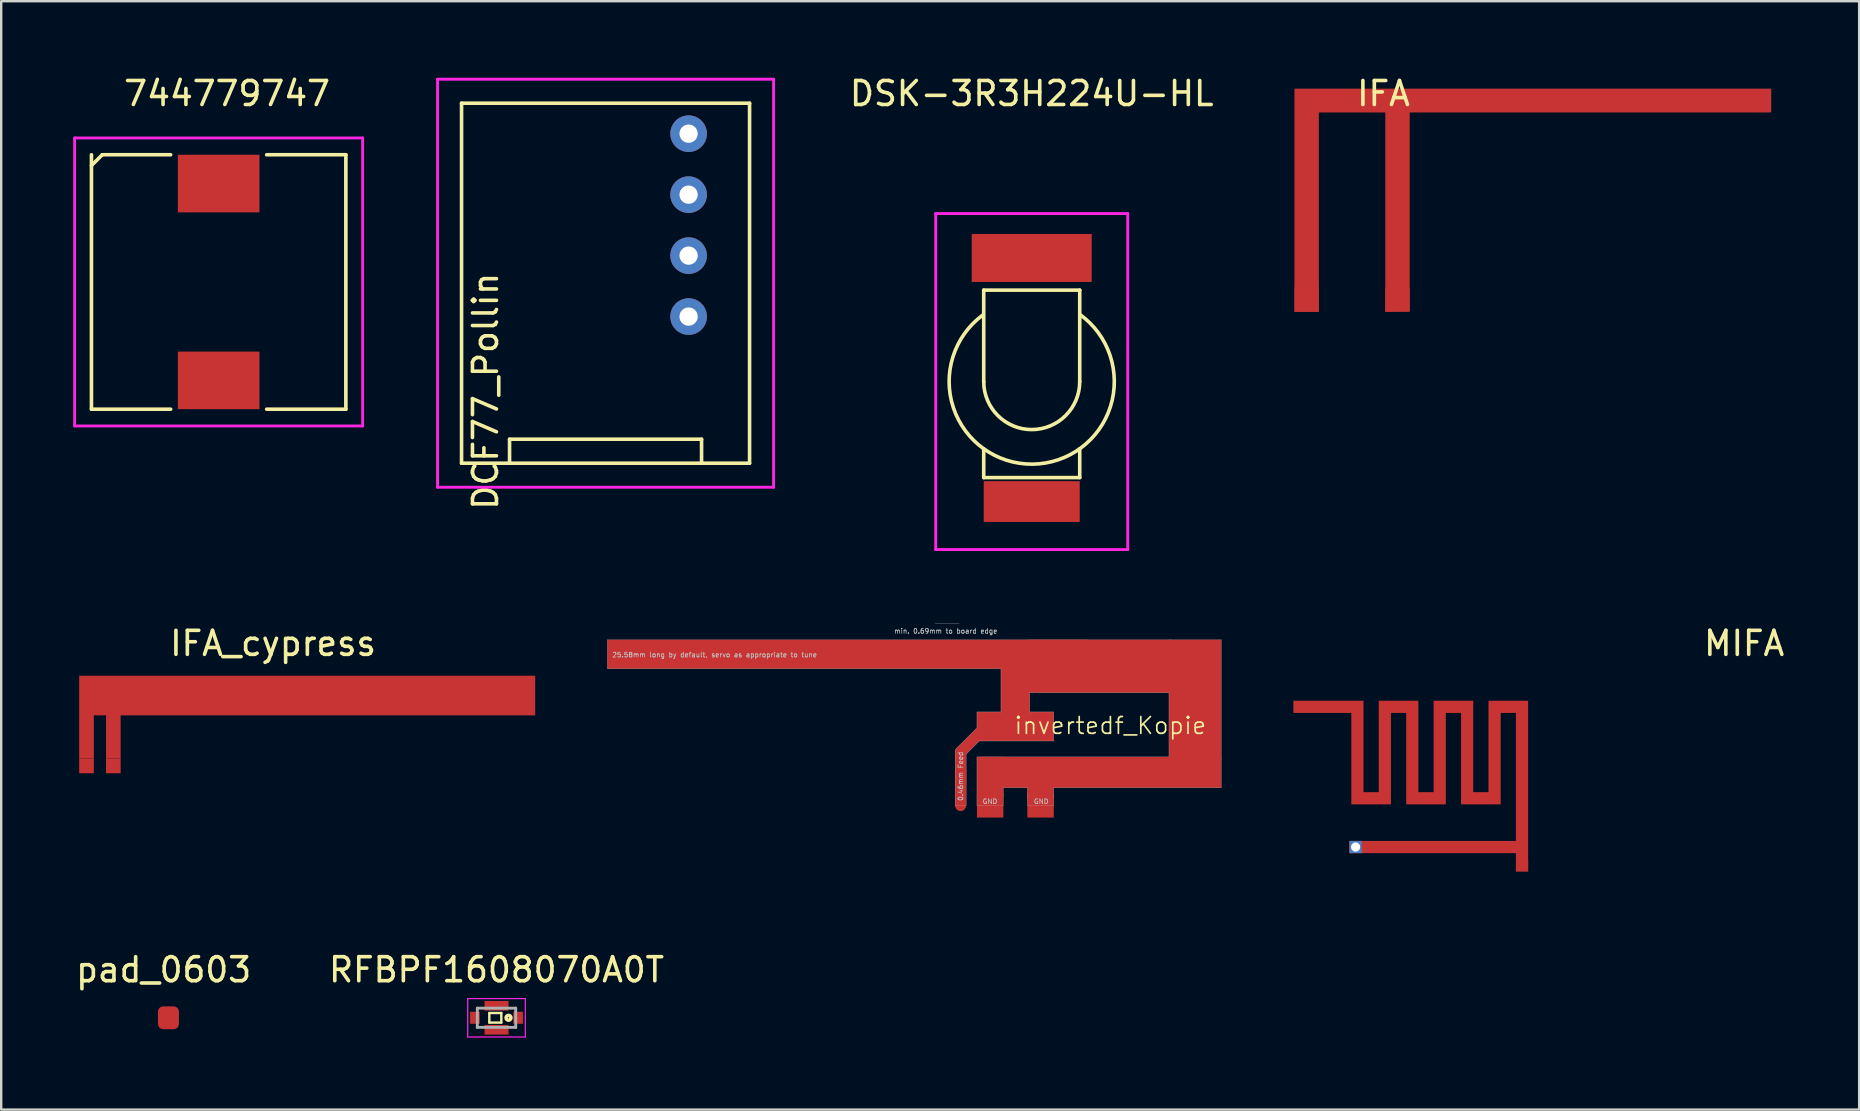
<source format=kicad_pcb>
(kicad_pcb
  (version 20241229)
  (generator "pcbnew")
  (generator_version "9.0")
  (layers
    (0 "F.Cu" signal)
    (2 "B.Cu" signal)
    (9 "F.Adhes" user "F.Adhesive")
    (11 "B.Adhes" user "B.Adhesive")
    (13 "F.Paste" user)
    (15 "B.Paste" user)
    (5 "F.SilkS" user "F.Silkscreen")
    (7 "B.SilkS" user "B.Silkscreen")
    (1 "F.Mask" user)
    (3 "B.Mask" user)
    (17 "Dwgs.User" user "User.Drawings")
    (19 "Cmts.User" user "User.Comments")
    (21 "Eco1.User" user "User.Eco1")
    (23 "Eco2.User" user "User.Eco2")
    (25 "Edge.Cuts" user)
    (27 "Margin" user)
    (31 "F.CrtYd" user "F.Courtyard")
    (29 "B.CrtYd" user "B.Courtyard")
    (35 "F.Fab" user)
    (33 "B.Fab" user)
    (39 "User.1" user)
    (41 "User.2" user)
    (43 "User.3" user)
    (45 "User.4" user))
  (footprint "IFA"
    (layer "F.Cu")
    (at 50.883 9.941)
    (property "Reference" "IFA" (at 3.708 -9.093 0) (layer "F.SilkS") (effects (font (size 1 1) (thickness 0.15))))
    (attr through_hole)
    (fp_poly (pts (xy 19.863 -8.306) (xy 4.801 -8.306) (xy 4.801 -0.025) (xy 3.785 0) (xy 3.785 -8.306) (xy 1.016 -8.306) (xy 1.016 0) (xy 0 0) (xy 0 -9.296) (xy 19.863 -9.296)) (stroke (width 0) (type solid)) (fill yes) (layer "F.Cu"))
    (fp_poly (pts (xy 19.863 -8.28) (xy 4.801 -8.28) (xy 4.801 0) (xy 3.785 0) (xy 3.785 -8.28) (xy 1.016 -8.28) (xy 1.016 0.025) (xy 0 0.025) (xy 0 -9.271) (xy 19.863 -9.271)) (stroke (width 0) (type solid)) (fill yes) (layer "F.Mask"))
    (pad "1" smd rect (at 4.293 -0.508) (size 1.016 1.016) (layers "F.Cu"))
    (pad "2" smd rect (at 0.508 -0.508) (size 1.016 1.016) (layers "F.Cu")))
  (footprint "pad_0603"
    (layer "F.Cu")
    (at 3.968 39.355)
    (property "Reference" "pad_0603" (at -0.2 -2 0) (layer "F.SilkS") (effects (font (size 1 1) (thickness 0.15))))
    (attr through_hole)
    (pad "1" smd roundrect (at 0 0) (size 0.875 0.95) (layers "F.Cu" "F.Mask" "F.Paste") (roundrect_rratio 0.25)))
  (footprint "IFA_cypress"
    (layer "F.Cu")
    (at 0.25 29.167)
    (property "Reference" "IFA_cypress" (at 8.077 -5.41 0) (layer "F.SilkS") (effects (font (size 1 1) (thickness 0.15))))
    (attr through_hole)
    (fp_poly (pts (xy 18.999 -2.413) (xy 1.727 -2.413) (xy 1.727 -0.61) (xy 1.118 -0.61) (xy 1.118 -2.413) (xy 0.61 -2.413) (xy 0.61 -0.61) (xy 0 -0.61) (xy 0 -4.064) (xy 18.999 -4.064)) (stroke (width 0) (type solid)) (fill yes) (layer "F.Cu"))
    (fp_poly (pts (xy 18.999 -2.413) (xy 1.727 -2.413) (xy 1.727 -0.61) (xy 1.118 -0.61) (xy 1.118 -2.413) (xy 0.61 -2.413) (xy 0.61 -0.61) (xy 0 -0.61) (xy 0 -4.064) (xy 18.999 -4.064)) (stroke (width 0) (type solid)) (fill yes) (layer "F.Mask"))
    (pad "1" smd rect (at 1.422 -0.305) (size 0.61 0.61) (layers "F.Cu" "F.Mask"))
    (pad "2" smd rect (at 0.305 -0.305) (size 0.61 0.61) (layers "F.Cu" "F.Mask")))
  (footprint "RFBPF1608070A0T"
    (layer "F.Cu")
    (at 17.637 39.355)
    (property "Reference" "RFBPF1608070A0T" (at 0 -2 0) (layer "F.SilkS") (effects (font (size 1 1) (thickness 0.15))))
    (attr through_hole)
    (fp_line (start -0.3 -0.2) (end 0.2 -0.2) (stroke (width 0.1) (type solid)) (layer "F.SilkS"))
    (fp_line (start -0.3 0.2) (end -0.3 -0.2) (stroke (width 0.1) (type solid)) (layer "F.SilkS"))
    (fp_line (start 0.2 -0.2) (end 0.2 0.2) (stroke (width 0.1) (type solid)) (layer "F.SilkS"))
    (fp_line (start 0.2 0.2) (end -0.3 0.2) (stroke (width 0.1) (type solid)) (layer "F.SilkS"))
    (fp_circle (center 0.5 0) (end 0.4 0) (stroke (width 0.15) (type solid)) (fill no) (layer "F.SilkS"))
    (fp_line (start -1.2 -0.8) (end -1.2 0.8) (stroke (width 0.05) (type solid)) (layer "F.CrtYd"))
    (fp_line (start -1.2 0.8) (end 1.2 0.8) (stroke (width 0.05) (type solid)) (layer "F.CrtYd"))
    (fp_line (start 1.2 -0.8) (end -1.2 -0.8) (stroke (width 0.05) (type solid)) (layer "F.CrtYd"))
    (fp_line (start 1.2 0) (end 1.2 -0.8) (stroke (width 0.05) (type solid)) (layer "F.CrtYd"))
    (fp_line (start 1.2 0.8) (end 1.2 0) (stroke (width 0.05) (type solid)) (layer "F.CrtYd"))
    (fp_line (start -0.8 -0.4) (end 0.8 -0.4) (stroke (width 0.12) (type solid)) (layer "F.Fab"))
    (fp_line (start -0.8 0.4) (end -0.8 -0.4) (stroke (width 0.12) (type solid)) (layer "F.Fab"))
    (fp_line (start 0.8 -0.4) (end 0.8 0.4) (stroke (width 0.12) (type solid)) (layer "F.Fab"))
    (fp_line (start 0.8 0.4) (end -0.8 0.4) (stroke (width 0.12) (type solid)) (layer "F.Fab"))
    (pad "1" smd rect (at 0.9 0) (size 0.4 0.5) (layers "F.Cu" "F.Mask" "F.Paste"))
    (pad "2" smd rect (at 0 -0.5) (size 1 0.4) (layers "F.Cu" "F.Mask" "F.Paste"))
    (pad "3" smd rect (at -0.9 0) (size 0.4 0.5) (layers "F.Cu" "F.Mask" "F.Paste"))
    (pad "4" smd rect (at 0 0.5) (size 1 0.4) (layers "F.Cu" "F.Mask" "F.Paste")))
  (footprint "MIFA"
    (layer "F.Cu")
    (at 60.618 33.257)
    (property "Reference" "MIFA" (at 9 -9.5 0) (layer "F.SilkS") (effects (font (size 1 1) (thickness 0.15))))
    (attr through_hole)
    (fp_poly (pts (xy -1.651 -3.302) (xy -2.286 -3.302) (xy -2.286 -7.112) (xy -3.937 -7.112) (xy -3.937 -3.302) (xy -4.572 -3.302) (xy -4.572 -7.112) (xy -6.223 -7.112) (xy -6.223 -3.302) (xy -6.858 -3.302) (xy -6.858 -7.112) (xy -9.779 -7.112) (xy -9.779 -6.604) (xy -7.366 -6.604) (xy -7.366 -2.794) (xy -5.715 -2.794) (xy -5.715 -6.604) (xy -5.08 -6.604) (xy -5.08 -2.794) (xy -3.429 -2.794) (xy -3.429 -6.604) (xy -2.794 -6.604) (xy -2.794 -2.794) (xy -1.143 -2.794) (xy -1.143 -6.604) (xy -0.508 -6.604) (xy -0.508 -1.27) (xy -7.442 -1.27) (xy -7.442 -0.762) (xy -0.508 -0.762) (xy -0.508 0) (xy 0 0) (xy 0 -7.112) (xy -1.651 -7.112)) (stroke (width 0) (type solid)) (fill yes) (layer "F.Cu"))
    (pad "1" smd rect (at -0.254 -0.254) (size 0.508 0.508) (layers "F.Cu" "F.Mask" "F.Paste"))
    (pad "2" thru_hole rect (at -7.188 -1.016) (size 0.508 0.508) (drill 0.381) (layers "*.Cu" "*.Mask")))
  (footprint "invertedf_Kopie"
    (layer "F.Cu")
    (at 36.974 30.913)
    (property "Reference" "invertedf_Kopie" (at 6.24 -3.73 0) (layer "F.SilkS") (effects (font (size 0.7 0.7) (thickness 0.07))))
    (attr through_hole)
    (fp_line (start -14.72 -7.31) (end 10.86 -7.31) (stroke (width 0.01) (type solid)) (layer "Dwgs.User"))
    (fp_line (start -14.72 -6.1) (end -14.72 -7.31) (stroke (width 0.01) (type solid)) (layer "Dwgs.User"))
    (fp_line (start -1.06 -8) (end -0.06 -8) (stroke (width 0.01) (type solid)) (layer "Dwgs.User"))
    (fp_line (start -0.23 -2.64) (end -0.22 -2.71) (stroke (width 0.01) (type solid)) (layer "Dwgs.User"))
    (fp_line (start -0.23 -0.4) (end -0.23 -2.64) (stroke (width 0.01) (type solid)) (layer "Dwgs.User"))
    (fp_line (start -0.23 -0.4) (end 0.23 -0.4) (stroke (width 0.01) (type solid)) (layer "Dwgs.User"))
    (fp_line (start -0.22 -2.71) (end -0.18 -2.78) (stroke (width 0.01) (type solid)) (layer "Dwgs.User"))
    (fp_line (start -0.18 -2.78) (end 0.68 -3.64) (stroke (width 0.01) (type solid)) (layer "Dwgs.User"))
    (fp_line (start 0.23 -0.4) (end 0.23 -2.54) (stroke (width 0.01) (type solid)) (layer "Dwgs.User"))
    (fp_line (start 0.68 -4.3) (end 1.68 -4.3) (stroke (width 0.01) (type solid)) (layer "Dwgs.User"))
    (fp_line (start 0.68 -3.64) (end 0.68 -4.3) (stroke (width 0.01) (type solid)) (layer "Dwgs.User"))
    (fp_line (start 0.68 -2.43) (end 8.68 -2.43) (stroke (width 0.01) (type solid)) (layer "Dwgs.User"))
    (fp_line (start 0.68 -0.4) (end 0.68 -2.43) (stroke (width 0.01) (type solid)) (layer "Dwgs.User"))
    (fp_line (start 0.78 -3.09) (end 0.23 -2.54) (stroke (width 0.01) (type solid)) (layer "Dwgs.User"))
    (fp_line (start 1.68 -6.1) (end -14.72 -6.1) (stroke (width 0.01) (type solid)) (layer "Dwgs.User"))
    (fp_line (start 1.68 -4.3) (end 1.68 -6.1) (stroke (width 0.01) (type solid)) (layer "Dwgs.User"))
    (fp_line (start 1.78 -1.14) (end 1.78 -0.4) (stroke (width 0.01) (type solid)) (layer "Dwgs.User"))
    (fp_line (start 1.78 -0.4) (end 0.68 -0.4) (stroke (width 0.01) (type solid)) (layer "Dwgs.User"))
    (fp_line (start 2.78 -1.14) (end 1.78 -1.14) (stroke (width 0.01) (type solid)) (layer "Dwgs.User"))
    (fp_line (start 2.78 -1.14) (end 2.78 -0.4) (stroke (width 0.01) (type solid)) (layer "Dwgs.User"))
    (fp_line (start 2.88 -5.1) (end 2.88 -4.3) (stroke (width 0.01) (type solid)) (layer "Dwgs.User"))
    (fp_line (start 2.88 -4.3) (end 3.88 -4.3) (stroke (width 0.01) (type solid)) (layer "Dwgs.User"))
    (fp_line (start 3.88 -4.3) (end 3.88 -3.09) (stroke (width 0.01) (type solid)) (layer "Dwgs.User"))
    (fp_line (start 3.88 -3.09) (end 0.78 -3.09) (stroke (width 0.01) (type solid)) (layer "Dwgs.User"))
    (fp_line (start 3.88 -1.14) (end 3.88 -0.4) (stroke (width 0.01) (type solid)) (layer "Dwgs.User"))
    (fp_line (start 3.88 -0.4) (end 2.78 -0.4) (stroke (width 0.01) (type solid)) (layer "Dwgs.User"))
    (fp_line (start 8.68 -5.1) (end 2.88 -5.1) (stroke (width 0.01) (type solid)) (layer "Dwgs.User"))
    (fp_line (start 8.68 -2.43) (end 8.68 -5.1) (stroke (width 0.01) (type solid)) (layer "Dwgs.User"))
    (fp_line (start 10.86 -7.31) (end 10.86 -1.14) (stroke (width 0.01) (type solid)) (layer "Dwgs.User"))
    (fp_line (start 10.86 -1.14) (end 3.88 -1.14) (stroke (width 0.01) (type solid)) (layer "Dwgs.User"))
    (fp_text user "GND          GND" (at 2.29 -0.57 0) (layer "Dwgs.User") (effects (font (size 0.2 0.2) (thickness 0.03))))
    (fp_text user "25.58mm long by default, servo as appropriate to tune" (at -10.25 -6.68 0) (layer "Dwgs.User") (effects (font (size 0.2 0.2) (thickness 0.03))))
    (fp_text user "0.46mm Feed" (at 0 -1.62 90) (layer "Dwgs.User") (effects (font (size 0.2 0.2) (thickness 0.03))))
    (fp_text user "min. 0.69mm to board edge" (at -0.62 -7.67 0) (layer "Dwgs.User") (effects (font (size 0.2 0.2) (thickness 0.03))))
    (pad "1" smd rect (at -4.72 -6.705) (size 20 1.21) (layers "F.Cu"))
    (pad "1" smd circle (at 0 -2.635) (size 0.46 0.46) (layers "F.Cu"))
    (pad "1" smd rect (at 0 -1.94) (size 0.46 1.39) (layers "F.Cu"))
    (pad "1" smd rect (at 0 -1.15) (size 0.46 1.5) (layers "F.Cu"))
    (pad "1" smd circle (at 0 -0.4) (size 0.46 0.46) (layers "F.Cu" "F.Mask"))
    (pad "1" smd rect (at 0.495 -3.13 315) (size 0.46 1.4) (layers "F.Cu"))
    (pad "1" smd rect (at 1.23 -1.605) (size 1.1 1.651) (layers "F.Cu"))
    (pad "1" smd rect (at 2.28 -4.92) (size 1.2 3) (layers "F.Cu"))
    (pad "1" smd rect (at 2.28 -3.695) (size 3.2 1.21) (layers "F.Cu"))
    (pad "1" smd rect (at 3.33 -1.43) (size 1.1 1.524) (layers "F.Cu"))
    (pad "1" smd rect (at 5.8 -6.205) (size 6 2.21) (layers "F.Cu"))
    (pad "1" smd rect (at 5.86 -1.785) (size 10 1.29) (layers "F.Cu"))
    (pad "1" smd rect (at 9.77 -4.81) (size 2.18 5) (layers "F.Cu"))
    (pad "2" smd rect (at 1.23 -0.4) (size 1.1 1) (layers "F.Cu"))
    (pad "2" smd rect (at 3.33 -0.4) (size 1.1 1) (layers "F.Cu")))
  (footprint "DSK-3R3H224U-HL"
    (layer "F.Cu")
    (at 39.936 12.848)
    (property "Reference" "DSK-3R3H224U-HL" (at 0 -12 0) (layer "F.SilkS") (effects (font (size 1 1) (thickness 0.15))))
    (attr through_hole)
    (fp_line (start -2 -3.81) (end 2 -3.81) (stroke (width 0.15) (type solid)) (layer "F.SilkS"))
    (fp_line (start -2 0) (end -2 -3.81) (stroke (width 0.15) (type solid)) (layer "F.SilkS"))
    (fp_line (start -2 4) (end -2 2.8) (stroke (width 0.15) (type solid)) (layer "F.SilkS"))
    (fp_line (start -2 4) (end 2 4) (stroke (width 0.15) (type solid)) (layer "F.SilkS"))
    (fp_line (start 2 -3.81) (end 2 0) (stroke (width 0.15) (type solid)) (layer "F.SilkS"))
    (fp_line (start 2 4) (end 2 2.8) (stroke (width 0.15) (type solid)) (layer "F.SilkS"))
    (fp_arc (start 2 -2.8) (mid 0.027765 3.440818) (end -2.044924 -2.767361) (stroke (width 0.15) (type solid)) (layer "F.SilkS"))
    (fp_arc (start 2 0) (mid 0 2) (end -2 0) (stroke (width 0.15) (type solid)) (layer "F.SilkS"))
    (fp_line (start -4 -7) (end -4 7) (stroke (width 0.12) (type solid)) (layer "F.CrtYd"))
    (fp_line (start -4 7) (end 4 7) (stroke (width 0.12) (type solid)) (layer "F.CrtYd"))
    (fp_line (start 4 -7) (end -4 -7) (stroke (width 0.12) (type solid)) (layer "F.CrtYd"))
    (fp_line (start 4 7) (end 4 -7) (stroke (width 0.12) (type solid)) (layer "F.CrtYd"))
    (pad "1" smd rect (at 0 -5.15) (size 5 2) (layers "F.Cu" "F.Mask" "F.Paste"))
    (pad "2" smd rect (at 0 5) (size 4 1.7) (layers "F.Cu" "F.Mask" "F.Paste")))
  (footprint "744779747"
    (layer "F.Cu")
    (at 6.06 8.698)
    (property "Reference" "744779747" (at 0.35 -7.85 0) (layer "F.SilkS") (effects (font (size 1 1) (thickness 0.15))))
    (attr through_hole)
    (fp_line (start -5.3 -4.85) (end -4.85 -5.3) (stroke (width 0.15) (type solid)) (layer "F.SilkS"))
    (fp_line (start -5.3 5.3) (end -5.3 -5.3) (stroke (width 0.15) (type solid)) (layer "F.SilkS"))
    (fp_line (start -4.85 -5.3) (end -2 -5.3) (stroke (width 0.15) (type solid)) (layer "F.SilkS"))
    (fp_line (start -2 5.3) (end -5.3 5.3) (stroke (width 0.15) (type solid)) (layer "F.SilkS"))
    (fp_line (start 2 -5.3) (end 5.3 -5.3) (stroke (width 0.15) (type solid)) (layer "F.SilkS"))
    (fp_line (start 5.3 -5.3) (end 5.3 5.3) (stroke (width 0.15) (type solid)) (layer "F.SilkS"))
    (fp_line (start 5.3 5.3) (end 2 5.3) (stroke (width 0.15) (type solid)) (layer "F.SilkS"))
    (fp_line (start -6 -6) (end 6 -6) (stroke (width 0.12) (type solid)) (layer "F.CrtYd"))
    (fp_line (start -6 6) (end -6 -6) (stroke (width 0.12) (type solid)) (layer "F.CrtYd"))
    (fp_line (start 6 -6) (end 6 6) (stroke (width 0.12) (type solid)) (layer "F.CrtYd"))
    (fp_line (start 6 6) (end -6 6) (stroke (width 0.12) (type solid)) (layer "F.CrtYd"))
    (pad "1" smd rect (at 0 -4.1) (size 3.4 2.4) (layers "F.Cu" "F.Mask" "F.Paste"))
    (pad "2" smd rect (at 0 4.1) (size 3.4 2.4) (layers "F.Cu" "F.Mask" "F.Paste")))
  (footprint "DCF77_Pollin"
    (layer "F.Cu")
    (at 22.18 0.25)
    (property "Reference" "DCF77_Pollin" (at -5 13 90) (layer "F.SilkS") (effects (font (size 1 1) (thickness 0.15))))
    (attr through_hole)
    (fp_line (start -6 1) (end -6 16) (stroke (width 0.15) (type solid)) (layer "F.SilkS"))
    (fp_line (start -6 1) (end 6 1) (stroke (width 0.15) (type solid)) (layer "F.SilkS"))
    (fp_line (start -4 15) (end -4 16) (stroke (width 0.15) (type solid)) (layer "F.SilkS"))
    (fp_line (start 4 15) (end -4 15) (stroke (width 0.15) (type solid)) (layer "F.SilkS"))
    (fp_line (start 4 16) (end 4 15) (stroke (width 0.15) (type solid)) (layer "F.SilkS"))
    (fp_line (start 6 1) (end 6 16) (stroke (width 0.15) (type solid)) (layer "F.SilkS"))
    (fp_line (start 6 16) (end -6 16) (stroke (width 0.15) (type solid)) (layer "F.SilkS"))
    (fp_line (start -7 0) (end -7 17) (stroke (width 0.12) (type solid)) (layer "F.CrtYd"))
    (fp_line (start -7 0) (end 7 0) (stroke (width 0.12) (type solid)) (layer "F.CrtYd"))
    (fp_line (start -7 17) (end 7 17) (stroke (width 0.12) (type solid)) (layer "F.CrtYd"))
    (fp_line (start 7 17) (end 7 0) (stroke (width 0.12) (type solid)) (layer "F.CrtYd"))
    (pad "GND" thru_hole circle (at 3.46 7.35) (size 1.524 1.524) (drill 0.762) (layers "*.Cu" "*.Mask"))
    (pad "PON" thru_hole circle (at 3.46 4.81) (size 1.524 1.524) (drill 0.762) (layers "*.Cu" "*.Mask"))
    (pad "TCO" thru_hole circle (at 3.46 2.27) (size 1.524 1.524) (drill 0.762) (layers "*.Cu" "*.Mask"))
    (pad "VCC" thru_hole circle (at 3.46 9.89) (size 1.524 1.524) (drill 0.762) (layers "*.Cu" "*.Mask")))
  (gr_rect
    (start -3 -3)
    (end 74.41 43.18)
    (stroke (width 0.1) (type default))
    (fill no)
    (layer "Edge.Cuts")))
</source>
